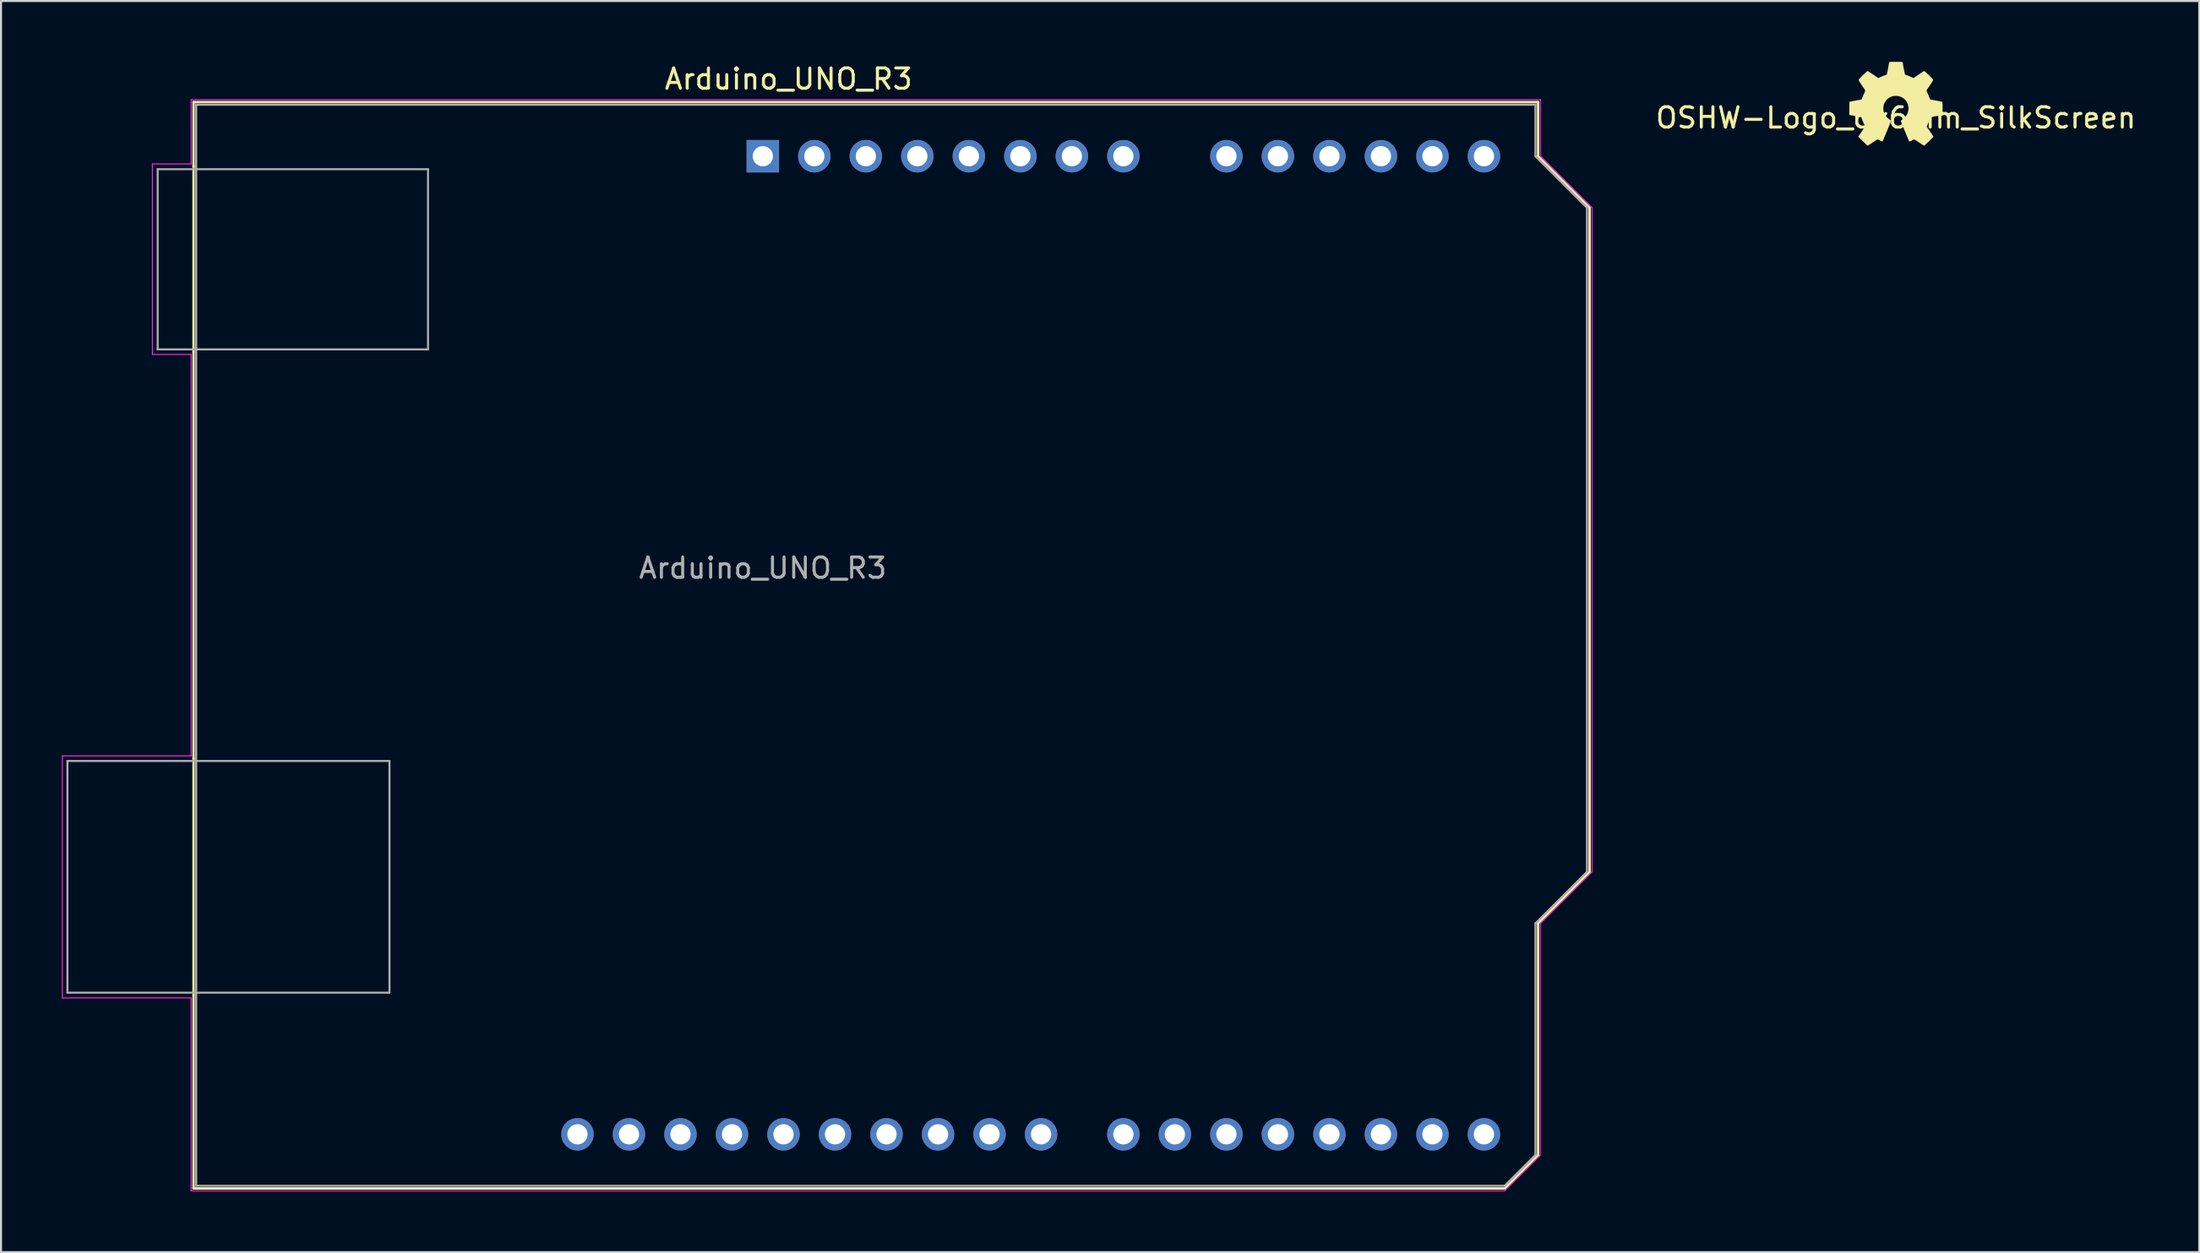
<source format=kicad_pcb>
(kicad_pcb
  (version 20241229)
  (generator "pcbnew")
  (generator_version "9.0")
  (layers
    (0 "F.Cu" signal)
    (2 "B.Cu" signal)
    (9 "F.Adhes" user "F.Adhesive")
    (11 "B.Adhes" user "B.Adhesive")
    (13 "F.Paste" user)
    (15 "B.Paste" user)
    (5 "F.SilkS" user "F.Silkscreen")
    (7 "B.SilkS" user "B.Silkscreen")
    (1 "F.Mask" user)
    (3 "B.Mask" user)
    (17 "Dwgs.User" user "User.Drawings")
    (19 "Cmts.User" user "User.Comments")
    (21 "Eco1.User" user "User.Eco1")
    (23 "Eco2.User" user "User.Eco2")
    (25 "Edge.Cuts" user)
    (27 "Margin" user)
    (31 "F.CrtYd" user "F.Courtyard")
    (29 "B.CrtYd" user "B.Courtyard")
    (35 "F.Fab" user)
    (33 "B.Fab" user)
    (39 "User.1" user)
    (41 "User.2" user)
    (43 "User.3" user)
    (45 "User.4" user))
  (footprint "OSHW-Logo_6x6mm_SilkScreen"
    (layer "F.Cu")
    (at 90.438 2.763)
    (property "Reference" "OSHW-Logo_6x6mm_SilkScreen" (at 0 0 0) (layer "F.SilkS") (effects (font (size 1 1) (thickness 0.15))))
    (attr exclude_from_pos_files exclude_from_bom)
    (fp_poly (pts (xy 0.104 -2.758) (xy 0.182 -2.757) (xy 0.239 -2.756) (xy 0.278 -2.754) (xy 0.303 -2.75) (xy 0.316 -2.744) (xy 0.323 -2.737) (xy 0.326 -2.726) (xy 0.327 -2.725) (xy 0.332 -2.701) (xy 0.341 -2.653) (xy 0.353 -2.587) (xy 0.368 -2.508) (xy 0.385 -2.42) (xy 0.385 -2.417) (xy 0.401 -2.331) (xy 0.417 -2.255) (xy 0.43 -2.194) (xy 0.44 -2.152) (xy 0.446 -2.133) (xy 0.447 -2.133) (xy 0.465 -2.124) (xy 0.502 -2.109) (xy 0.551 -2.091) (xy 0.552 -2.091) (xy 0.613 -2.068) (xy 0.686 -2.038) (xy 0.754 -2.008) (xy 0.757 -2.007) (xy 0.869 -1.956) (xy 1.115 -2.125) (xy 1.191 -2.176) (xy 1.26 -2.222) (xy 1.317 -2.26) (xy 1.359 -2.287) (xy 1.383 -2.301) (xy 1.385 -2.302) (xy 1.402 -2.298) (xy 1.434 -2.275) (xy 1.481 -2.235) (xy 1.546 -2.174) (xy 1.612 -2.11) (xy 1.676 -2.046) (xy 1.733 -1.989) (xy 1.78 -1.94) (xy 1.814 -1.904) (xy 1.83 -1.884) (xy 1.831 -1.883) (xy 1.833 -1.869) (xy 1.826 -1.847) (xy 1.809 -1.814) (xy 1.779 -1.765) (xy 1.737 -1.699) (xy 1.679 -1.614) (xy 1.629 -1.54) (xy 1.583 -1.473) (xy 1.546 -1.417) (xy 1.519 -1.378) (xy 1.506 -1.357) (xy 1.505 -1.356) (xy 1.507 -1.336) (xy 1.519 -1.298) (xy 1.54 -1.248) (xy 1.547 -1.232) (xy 1.58 -1.162) (xy 1.614 -1.082) (xy 1.642 -1.012) (xy 1.663 -0.961) (xy 1.679 -0.922) (xy 1.688 -0.901) (xy 1.689 -0.9) (xy 1.706 -0.897) (xy 1.746 -0.89) (xy 1.804 -0.879) (xy 1.875 -0.866) (xy 1.952 -0.852) (xy 2.032 -0.837) (xy 2.107 -0.822) (xy 2.174 -0.809) (xy 2.227 -0.799) (xy 2.26 -0.792) (xy 2.268 -0.79) (xy 2.276 -0.785) (xy 2.283 -0.774) (xy 2.287 -0.754) (xy 2.29 -0.72) (xy 2.292 -0.67) (xy 2.293 -0.599) (xy 2.293 -0.504) (xy 2.293 -0.465) (xy 2.293 -0.147) (xy 2.217 -0.132) (xy 2.175 -0.124) (xy 2.111 -0.112) (xy 2.035 -0.098) (xy 1.953 -0.083) (xy 1.93 -0.079) (xy 1.855 -0.064) (xy 1.789 -0.049) (xy 1.738 -0.037) (xy 1.709 -0.027) (xy 1.704 -0.024) (xy 1.691 -0.003) (xy 1.674 0.038) (xy 1.655 0.09) (xy 1.651 0.102) (xy 1.625 0.172) (xy 1.594 0.25) (xy 1.563 0.321) (xy 1.563 0.322) (xy 1.511 0.433) (xy 1.68 0.681) (xy 1.849 0.93) (xy 1.632 1.147) (xy 1.567 1.212) (xy 1.507 1.269) (xy 1.456 1.315) (xy 1.418 1.348) (xy 1.396 1.363) (xy 1.392 1.364) (xy 1.374 1.356) (xy 1.335 1.335) (xy 1.281 1.301) (xy 1.216 1.259) (xy 1.146 1.212) (xy 1.075 1.164) (xy 1.011 1.122) (xy 0.959 1.089) (xy 0.923 1.067) (xy 0.907 1.06) (xy 0.887 1.066) (xy 0.85 1.083) (xy 0.803 1.107) (xy 0.798 1.11) (xy 0.734 1.142) (xy 0.69 1.158) (xy 0.663 1.158) (xy 0.649 1.143) (xy 0.649 1.143) (xy 0.642 1.126) (xy 0.625 1.085) (xy 0.6 1.024) (xy 0.567 0.945) (xy 0.529 0.852) (xy 0.486 0.748) (xy 0.444 0.648) (xy 0.399 0.537) (xy 0.357 0.434) (xy 0.32 0.342) (xy 0.289 0.265) (xy 0.266 0.206) (xy 0.251 0.167) (xy 0.247 0.153) (xy 0.258 0.136) (xy 0.287 0.11) (xy 0.326 0.081) (xy 0.437 -0.011) (xy 0.523 -0.116) (xy 0.585 -0.233) (xy 0.62 -0.358) (xy 0.628 -0.49) (xy 0.622 -0.552) (xy 0.591 -0.678) (xy 0.538 -0.79) (xy 0.466 -0.886) (xy 0.378 -0.965) (xy 0.278 -1.026) (xy 0.168 -1.067) (xy 0.053 -1.089) (xy -0.065 -1.088) (xy -0.181 -1.066) (xy -0.294 -1.019) (xy -0.4 -0.948) (xy -0.444 -0.908) (xy -0.528 -0.805) (xy -0.587 -0.692) (xy -0.62 -0.573) (xy -0.629 -0.451) (xy -0.613 -0.329) (xy -0.573 -0.211) (xy -0.51 -0.1) (xy -0.423 0.002) (xy -0.326 0.081) (xy -0.286 0.111) (xy -0.257 0.137) (xy -0.247 0.153) (xy -0.252 0.17) (xy -0.267 0.21) (xy -0.291 0.272) (xy -0.323 0.35) (xy -0.36 0.443) (xy -0.403 0.546) (xy -0.444 0.648) (xy -0.49 0.759) (xy -0.533 0.862) (xy -0.571 0.953) (xy -0.603 1.03) (xy -0.627 1.09) (xy -0.643 1.129) (xy -0.649 1.143) (xy -0.663 1.158) (xy -0.69 1.158) (xy -0.734 1.142) (xy -0.797 1.11) (xy -0.798 1.11) (xy -0.845 1.085) (xy -0.884 1.067) (xy -0.906 1.06) (xy -0.907 1.06) (xy -0.923 1.067) (xy -0.96 1.089) (xy -1.012 1.122) (xy -1.075 1.164) (xy -1.146 1.212) (xy -1.218 1.26) (xy -1.283 1.302) (xy -1.336 1.335) (xy -1.374 1.357) (xy -1.392 1.364) (xy -1.409 1.354) (xy -1.443 1.327) (xy -1.49 1.284) (xy -1.547 1.231) (xy -1.612 1.168) (xy -1.633 1.147) (xy -1.85 0.93) (xy -1.684 0.687) (xy -1.634 0.613) (xy -1.59 0.546) (xy -1.555 0.491) (xy -1.53 0.451) (xy -1.519 0.43) (xy -1.519 0.429) (xy -1.525 0.409) (xy -1.54 0.37) (xy -1.562 0.317) (xy -1.578 0.282) (xy -1.607 0.215) (xy -1.635 0.147) (xy -1.656 0.09) (xy -1.662 0.073) (xy -1.679 0.026) (xy -1.695 -0.01) (xy -1.704 -0.024) (xy -1.723 -0.032) (xy -1.766 -0.044) (xy -1.826 -0.058) (xy -1.898 -0.073) (xy -1.93 -0.079) (xy -2.012 -0.094) (xy -2.091 -0.108) (xy -2.159 -0.121) (xy -2.208 -0.13) (xy -2.217 -0.132) (xy -2.293 -0.147) (xy -2.293 -0.465) (xy -2.293 -0.569) (xy -2.292 -0.648) (xy -2.291 -0.705) (xy -2.288 -0.744) (xy -2.284 -0.769) (xy -2.279 -0.782) (xy -2.271 -0.789) (xy -2.268 -0.79) (xy -2.249 -0.794) (xy -2.207 -0.802) (xy -2.148 -0.814) (xy -2.077 -0.828) (xy -1.999 -0.843) (xy -1.92 -0.858) (xy -1.845 -0.872) (xy -1.779 -0.884) (xy -1.727 -0.894) (xy -1.696 -0.899) (xy -1.689 -0.9) (xy -1.683 -0.912) (xy -1.669 -0.946) (xy -1.65 -0.994) (xy -1.642 -1.012) (xy -1.613 -1.085) (xy -1.578 -1.165) (xy -1.547 -1.232) (xy -1.525 -1.284) (xy -1.51 -1.326) (xy -1.504 -1.352) (xy -1.505 -1.356) (xy -1.516 -1.372) (xy -1.54 -1.409) (xy -1.576 -1.461) (xy -1.62 -1.526) (xy -1.67 -1.6) (xy -1.68 -1.614) (xy -1.738 -1.7) (xy -1.78 -1.766) (xy -1.809 -1.814) (xy -1.826 -1.847) (xy -1.833 -1.869) (xy -1.831 -1.883) (xy -1.831 -1.883) (xy -1.816 -1.901) (xy -1.785 -1.935) (xy -1.739 -1.983) (xy -1.683 -2.04) (xy -1.62 -2.103) (xy -1.612 -2.11) (xy -1.533 -2.187) (xy -1.471 -2.244) (xy -1.427 -2.281) (xy -1.398 -2.3) (xy -1.385 -2.302) (xy -1.367 -2.292) (xy -1.328 -2.267) (xy -1.274 -2.231) (xy -1.207 -2.187) (xy -1.133 -2.137) (xy -1.115 -2.125) (xy -0.869 -1.956) (xy -0.757 -2.007) (xy -0.69 -2.036) (xy -0.617 -2.066) (xy -0.554 -2.09) (xy -0.552 -2.091) (xy -0.503 -2.109) (xy -0.465 -2.124) (xy -0.447 -2.133) (xy -0.447 -2.133) (xy -0.441 -2.149) (xy -0.431 -2.19) (xy -0.418 -2.25) (xy -0.403 -2.325) (xy -0.386 -2.41) (xy -0.385 -2.417) (xy -0.369 -2.505) (xy -0.354 -2.585) (xy -0.341 -2.651) (xy -0.332 -2.7) (xy -0.327 -2.725) (xy -0.327 -2.725) (xy -0.323 -2.736) (xy -0.317 -2.744) (xy -0.305 -2.75) (xy -0.281 -2.753) (xy -0.244 -2.756) (xy -0.19 -2.757) (xy -0.114 -2.758) (xy -0.013 -2.758) (xy 0 -2.758) (xy 0.104 -2.758)) (stroke (width 0.01) (type solid)) (fill yes) (layer "F.SilkS")))
  (footprint "Arduino_UNO_R3"
    (layer "F.Cu")
    (at 34.565 4.658)
    (property "Reference" "Arduino_UNO_R3" (at 1.27 -3.81 180) (layer "F.SilkS") (effects (font (size 1 1) (thickness 0.15))))
    (attr through_hole)
    (fp_line (start -28.07 -2.67) (end -28.07 0.51) (stroke (width 0.12) (type solid)) (layer "F.SilkS"))
    (fp_line (start -28.07 0.51) (end -28.07 9.65) (stroke (width 0.12) (type solid)) (layer "F.SilkS"))
    (fp_line (start -28.07 9.65) (end -28.07 29.72) (stroke (width 0.12) (type solid)) (layer "F.SilkS"))
    (fp_line (start -28.07 29.72) (end -28.07 41.4) (stroke (width 0.12) (type solid)) (layer "F.SilkS"))
    (fp_line (start -28.07 41.4) (end -28.07 50.93) (stroke (width 0.12) (type solid)) (layer "F.SilkS"))
    (fp_line (start -28.07 50.93) (end 36.58 50.93) (stroke (width 0.12) (type solid)) (layer "F.SilkS"))
    (fp_line (start 36.58 50.93) (end 38.23 49.28) (stroke (width 0.12) (type solid)) (layer "F.SilkS"))
    (fp_line (start 38.23 -2.67) (end -28.07 -2.67) (stroke (width 0.12) (type solid)) (layer "F.SilkS"))
    (fp_line (start 38.23 0) (end 38.23 -2.67) (stroke (width 0.12) (type solid)) (layer "F.SilkS"))
    (fp_line (start 38.23 37.85) (end 40.77 35.31) (stroke (width 0.12) (type solid)) (layer "F.SilkS"))
    (fp_line (start 38.23 49.28) (end 38.23 37.85) (stroke (width 0.12) (type solid)) (layer "F.SilkS"))
    (fp_line (start 40.77 2.54) (end 38.23 0) (stroke (width 0.12) (type solid)) (layer "F.SilkS"))
    (fp_line (start 40.77 35.31) (end 40.77 2.54) (stroke (width 0.12) (type solid)) (layer "F.SilkS"))
    (fp_line (start -34.54 29.59) (end -28.19 29.59) (stroke (width 0.05) (type solid)) (layer "F.CrtYd"))
    (fp_line (start -34.54 41.53) (end -34.54 29.59) (stroke (width 0.05) (type solid)) (layer "F.CrtYd"))
    (fp_line (start -30.1 0.38) (end -28.19 0.38) (stroke (width 0.05) (type solid)) (layer "F.CrtYd"))
    (fp_line (start -30.1 9.78) (end -30.1 0.38) (stroke (width 0.05) (type solid)) (layer "F.CrtYd"))
    (fp_line (start -28.19 -2.79) (end 38.35 -2.79) (stroke (width 0.05) (type solid)) (layer "F.CrtYd"))
    (fp_line (start -28.19 0.38) (end -28.19 -2.79) (stroke (width 0.05) (type solid)) (layer "F.CrtYd"))
    (fp_line (start -28.19 9.78) (end -30.1 9.78) (stroke (width 0.05) (type solid)) (layer "F.CrtYd"))
    (fp_line (start -28.19 29.59) (end -28.19 9.78) (stroke (width 0.05) (type solid)) (layer "F.CrtYd"))
    (fp_line (start -28.19 41.53) (end -34.54 41.53) (stroke (width 0.05) (type solid)) (layer "F.CrtYd"))
    (fp_line (start -28.19 51.05) (end -28.19 41.53) (stroke (width 0.05) (type solid)) (layer "F.CrtYd"))
    (fp_line (start 36.58 51.05) (end -28.19 51.05) (stroke (width 0.05) (type solid)) (layer "F.CrtYd"))
    (fp_line (start 38.35 -2.79) (end 38.35 0) (stroke (width 0.05) (type solid)) (layer "F.CrtYd"))
    (fp_line (start 38.35 0) (end 40.89 2.54) (stroke (width 0.05) (type solid)) (layer "F.CrtYd"))
    (fp_line (start 38.35 37.85) (end 38.35 49.28) (stroke (width 0.05) (type solid)) (layer "F.CrtYd"))
    (fp_line (start 38.35 49.28) (end 36.58 51.05) (stroke (width 0.05) (type solid)) (layer "F.CrtYd"))
    (fp_line (start 40.89 2.54) (end 40.89 35.31) (stroke (width 0.05) (type solid)) (layer "F.CrtYd"))
    (fp_line (start 40.89 35.31) (end 38.35 37.85) (stroke (width 0.05) (type solid)) (layer "F.CrtYd"))
    (fp_line (start -34.29 29.84) (end -18.41 29.84) (stroke (width 0.1) (type solid)) (layer "F.Fab"))
    (fp_line (start -34.29 41.27) (end -34.29 29.84) (stroke (width 0.1) (type solid)) (layer "F.Fab"))
    (fp_line (start -29.84 0.64) (end -16.51 0.64) (stroke (width 0.1) (type solid)) (layer "F.Fab"))
    (fp_line (start -29.84 9.53) (end -29.84 0.64) (stroke (width 0.1) (type solid)) (layer "F.Fab"))
    (fp_line (start -27.94 -2.54) (end 38.1 -2.54) (stroke (width 0.1) (type solid)) (layer "F.Fab"))
    (fp_line (start -27.94 50.8) (end -27.94 -2.54) (stroke (width 0.1) (type solid)) (layer "F.Fab"))
    (fp_line (start -18.41 29.84) (end -18.41 41.27) (stroke (width 0.1) (type solid)) (layer "F.Fab"))
    (fp_line (start -18.41 41.27) (end -34.29 41.27) (stroke (width 0.1) (type solid)) (layer "F.Fab"))
    (fp_line (start -16.51 0.64) (end -16.51 9.53) (stroke (width 0.1) (type solid)) (layer "F.Fab"))
    (fp_line (start -16.51 9.53) (end -29.84 9.53) (stroke (width 0.1) (type solid)) (layer "F.Fab"))
    (fp_line (start 36.58 50.8) (end -27.94 50.8) (stroke (width 0.1) (type solid)) (layer "F.Fab"))
    (fp_line (start 38.1 -2.54) (end 38.1 0) (stroke (width 0.1) (type solid)) (layer "F.Fab"))
    (fp_line (start 38.1 0) (end 40.64 2.54) (stroke (width 0.1) (type solid)) (layer "F.Fab"))
    (fp_line (start 38.1 37.85) (end 38.1 49.28) (stroke (width 0.1) (type solid)) (layer "F.Fab"))
    (fp_line (start 38.1 49.28) (end 36.58 50.8) (stroke (width 0.1) (type solid)) (layer "F.Fab"))
    (fp_line (start 40.64 2.54) (end 40.64 35.31) (stroke (width 0.1) (type solid)) (layer "F.Fab"))
    (fp_line (start 40.64 35.31) (end 38.1 37.85) (stroke (width 0.1) (type solid)) (layer "F.Fab"))
    (fp_text user "${REFERENCE}" (at 0 20.32 180) (layer "F.Fab") (effects (font (size 1 1) (thickness 0.15))))
    (pad "1" thru_hole rect (at 0 0 90) (size 1.6 1.6) (drill 1) (layers "*.Cu" "*.Mask"))
    (pad "2" thru_hole oval (at 2.54 0 90) (size 1.6 1.6) (drill 1) (layers "*.Cu" "*.Mask"))
    (pad "3" thru_hole oval (at 5.08 0 90) (size 1.6 1.6) (drill 1) (layers "*.Cu" "*.Mask"))
    (pad "4" thru_hole oval (at 7.62 0 90) (size 1.6 1.6) (drill 1) (layers "*.Cu" "*.Mask"))
    (pad "5" thru_hole oval (at 10.16 0 90) (size 1.6 1.6) (drill 1) (layers "*.Cu" "*.Mask"))
    (pad "6" thru_hole oval (at 12.7 0 90) (size 1.6 1.6) (drill 1) (layers "*.Cu" "*.Mask"))
    (pad "7" thru_hole oval (at 15.24 0 90) (size 1.6 1.6) (drill 1) (layers "*.Cu" "*.Mask"))
    (pad "8" thru_hole oval (at 17.78 0 90) (size 1.6 1.6) (drill 1) (layers "*.Cu" "*.Mask"))
    (pad "9" thru_hole oval (at 22.86 0 90) (size 1.6 1.6) (drill 1) (layers "*.Cu" "*.Mask"))
    (pad "10" thru_hole oval (at 25.4 0 90) (size 1.6 1.6) (drill 1) (layers "*.Cu" "*.Mask"))
    (pad "11" thru_hole oval (at 27.94 0 90) (size 1.6 1.6) (drill 1) (layers "*.Cu" "*.Mask"))
    (pad "12" thru_hole oval (at 30.48 0 90) (size 1.6 1.6) (drill 1) (layers "*.Cu" "*.Mask"))
    (pad "13" thru_hole oval (at 33.02 0 90) (size 1.6 1.6) (drill 1) (layers "*.Cu" "*.Mask"))
    (pad "14" thru_hole oval (at 35.56 0 90) (size 1.6 1.6) (drill 1) (layers "*.Cu" "*.Mask"))
    (pad "15" thru_hole oval (at 35.56 48.26 90) (size 1.6 1.6) (drill 1) (layers "*.Cu" "*.Mask"))
    (pad "16" thru_hole oval (at 33.02 48.26 90) (size 1.6 1.6) (drill 1) (layers "*.Cu" "*.Mask"))
    (pad "17" thru_hole oval (at 30.48 48.26 90) (size 1.6 1.6) (drill 1) (layers "*.Cu" "*.Mask"))
    (pad "18" thru_hole oval (at 27.94 48.26 90) (size 1.6 1.6) (drill 1) (layers "*.Cu" "*.Mask"))
    (pad "19" thru_hole oval (at 25.4 48.26 90) (size 1.6 1.6) (drill 1) (layers "*.Cu" "*.Mask"))
    (pad "20" thru_hole oval (at 22.86 48.26 90) (size 1.6 1.6) (drill 1) (layers "*.Cu" "*.Mask"))
    (pad "21" thru_hole oval (at 20.32 48.26 90) (size 1.6 1.6) (drill 1) (layers "*.Cu" "*.Mask"))
    (pad "22" thru_hole oval (at 17.78 48.26 90) (size 1.6 1.6) (drill 1) (layers "*.Cu" "*.Mask"))
    (pad "23" thru_hole oval (at 13.72 48.26 90) (size 1.6 1.6) (drill 1) (layers "*.Cu" "*.Mask"))
    (pad "24" thru_hole oval (at 11.18 48.26 90) (size 1.6 1.6) (drill 1) (layers "*.Cu" "*.Mask"))
    (pad "25" thru_hole oval (at 8.64 48.26 90) (size 1.6 1.6) (drill 1) (layers "*.Cu" "*.Mask"))
    (pad "26" thru_hole oval (at 6.1 48.26 90) (size 1.6 1.6) (drill 1) (layers "*.Cu" "*.Mask"))
    (pad "27" thru_hole oval (at 3.56 48.26 90) (size 1.6 1.6) (drill 1) (layers "*.Cu" "*.Mask"))
    (pad "28" thru_hole oval (at 1.02 48.26 90) (size 1.6 1.6) (drill 1) (layers "*.Cu" "*.Mask"))
    (pad "29" thru_hole oval (at -1.52 48.26 90) (size 1.6 1.6) (drill 1) (layers "*.Cu" "*.Mask"))
    (pad "30" thru_hole oval (at -4.06 48.26 90) (size 1.6 1.6) (drill 1) (layers "*.Cu" "*.Mask"))
    (pad "31" thru_hole oval (at -6.6 48.26 90) (size 1.6 1.6) (drill 1) (layers "*.Cu" "*.Mask"))
    (pad "32" thru_hole oval (at -9.14 48.26 90) (size 1.6 1.6) (drill 1) (layers "*.Cu" "*.Mask")))
  (gr_rect
    (start -3 -3)
    (end 105.397 58.733)
    (stroke (width 0.1) (type default))
    (fill no)
    (layer "Edge.Cuts")))
</source>
